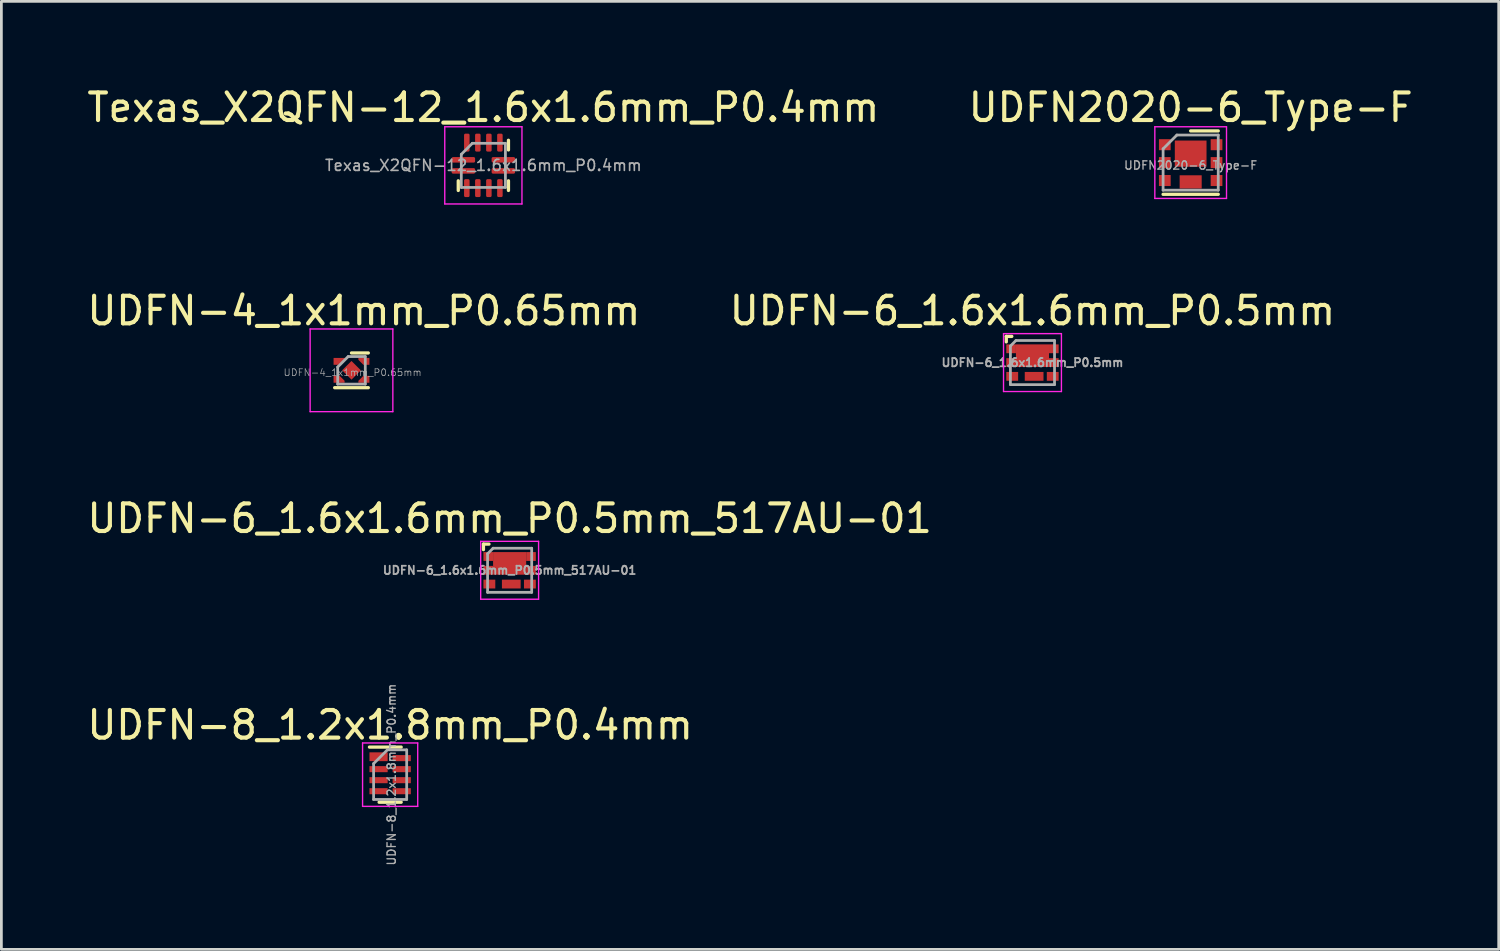
<source format=kicad_pcb>
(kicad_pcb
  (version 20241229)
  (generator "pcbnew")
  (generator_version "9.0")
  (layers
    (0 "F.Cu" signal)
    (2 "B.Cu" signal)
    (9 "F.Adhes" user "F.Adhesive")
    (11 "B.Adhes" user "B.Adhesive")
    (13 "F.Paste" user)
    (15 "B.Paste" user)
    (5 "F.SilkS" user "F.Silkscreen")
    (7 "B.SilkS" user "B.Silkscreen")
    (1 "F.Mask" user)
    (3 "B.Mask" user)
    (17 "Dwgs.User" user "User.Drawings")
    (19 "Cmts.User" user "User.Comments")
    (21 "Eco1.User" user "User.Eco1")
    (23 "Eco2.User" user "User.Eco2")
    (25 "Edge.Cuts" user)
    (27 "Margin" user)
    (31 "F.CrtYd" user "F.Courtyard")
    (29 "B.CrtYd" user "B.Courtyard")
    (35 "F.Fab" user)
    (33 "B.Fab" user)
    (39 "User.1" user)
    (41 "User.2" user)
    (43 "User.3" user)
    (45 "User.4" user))
  (footprint "UDFN-6_1.6x1.6mm_P0.5mm_517AU-01"
    (layer "F.Cu")
    (at 15.435 17.635)
    (property "Reference" "UDFN-6_1.6x1.6mm_P0.5mm_517AU-01" (at 0 -1.88 0) (layer "F.SilkS") (effects (font (size 1 1) (thickness 0.15))))
    (attr smd)
    (fp_line (start -0.95 -0.95) (end -0.75 -0.95) (stroke (width 0.12) (type solid)) (layer "F.SilkS"))
    (fp_line (start -0.95 -0.75) (end -0.95 -0.95) (stroke (width 0.12) (type solid)) (layer "F.SilkS"))
    (fp_line (start -1.05 -1.05) (end -1.05 1.05) (stroke (width 0.05) (type solid)) (layer "F.CrtYd"))
    (fp_line (start -1.05 1.05) (end 1.05 1.05) (stroke (width 0.05) (type solid)) (layer "F.CrtYd"))
    (fp_line (start 1.05 -1.05) (end -1.05 -1.05) (stroke (width 0.05) (type solid)) (layer "F.CrtYd"))
    (fp_line (start 1.05 1.05) (end 1.05 -1.05) (stroke (width 0.05) (type solid)) (layer "F.CrtYd"))
    (fp_line (start -0.8 -0.6) (end -0.6 -0.8) (stroke (width 0.1) (type solid)) (layer "F.Fab"))
    (fp_line (start -0.8 0.8) (end -0.8 -0.6) (stroke (width 0.1) (type solid)) (layer "F.Fab"))
    (fp_line (start -0.6 -0.8) (end 0.8 -0.8) (stroke (width 0.1) (type solid)) (layer "F.Fab"))
    (fp_line (start 0.8 -0.8) (end 0.8 0.8) (stroke (width 0.1) (type solid)) (layer "F.Fab"))
    (fp_line (start 0.8 0.8) (end -0.8 0.8) (stroke (width 0.1) (type solid)) (layer "F.Fab"))
    (fp_text user "${REFERENCE}" (at 0 0 0) (layer "F.Fab") (effects (font (size 0.3 0.3) (thickness 0.065))))
    (pad "1" smd rect (at -0.775 -0.5) (size 0.35 0.32) (layers "F.Cu" "F.Mask" "F.Paste"))
    (pad "1" smd rect (at -0.775 0) (size 0.35 0.32) (layers "F.Cu" "F.Mask" "F.Paste"))
    (pad "1" smd rect (at 0 -0.25) (size 1.2 0.82) (layers "F.Cu" "F.Mask" "F.Paste"))
    (pad "1" smd rect (at 0.775 -0.5) (size 0.35 0.32) (layers "F.Cu" "F.Mask" "F.Paste"))
    (pad "1" smd rect (at 0.775 0) (size 0.35 0.32) (layers "F.Cu" "F.Mask" "F.Paste"))
    (pad "2" smd rect (at -0.735 0.5) (size 0.43 0.32) (layers "F.Cu" "F.Mask" "F.Paste"))
    (pad "3" smd rect (at 0.06 0.5) (size 0.68 0.32) (layers "F.Cu" "F.Mask" "F.Paste"))
    (pad "3" smd rect (at 0.735 0.5) (size 0.43 0.32) (layers "F.Cu" "F.Mask" "F.Paste")))
  (footprint "Texas_X2QFN-12_1.6x1.6mm_P0.4mm"
    (layer "F.Cu")
    (at 14.482 2.948)
    (property "Reference" "Texas_X2QFN-12_1.6x1.6mm_P0.4mm" (at 0 -2.1 0) (layer "F.SilkS") (effects (font (size 1 1) (thickness 0.15))))
    (attr smd)
    (fp_line (start -0.91 0.91) (end -0.91 0.56) (stroke (width 0.12) (type solid)) (layer "F.SilkS"))
    (fp_line (start 0.91 -0.91) (end 0.91 -0.56) (stroke (width 0.12) (type solid)) (layer "F.SilkS"))
    (fp_line (start 0.91 0.91) (end 0.91 0.56) (stroke (width 0.12) (type solid)) (layer "F.SilkS"))
    (fp_line (start -1.4 -1.4) (end -1.4 1.4) (stroke (width 0.05) (type solid)) (layer "F.CrtYd"))
    (fp_line (start -1.4 1.4) (end 1.4 1.4) (stroke (width 0.05) (type solid)) (layer "F.CrtYd"))
    (fp_line (start 1.4 -1.4) (end -1.4 -1.4) (stroke (width 0.05) (type solid)) (layer "F.CrtYd"))
    (fp_line (start 1.4 1.4) (end 1.4 -1.4) (stroke (width 0.05) (type solid)) (layer "F.CrtYd"))
    (fp_line (start -0.8 -0.4) (end -0.4 -0.8) (stroke (width 0.1) (type solid)) (layer "F.Fab"))
    (fp_line (start -0.8 0.8) (end -0.8 -0.4) (stroke (width 0.1) (type solid)) (layer "F.Fab"))
    (fp_line (start -0.4 -0.8) (end 0.8 -0.8) (stroke (width 0.1) (type solid)) (layer "F.Fab"))
    (fp_line (start 0.8 -0.8) (end 0.8 0.8) (stroke (width 0.1) (type solid)) (layer "F.Fab"))
    (fp_line (start 0.8 0.8) (end -0.8 0.8) (stroke (width 0.1) (type solid)) (layer "F.Fab"))
    (fp_text user "${REFERENCE}" (at 0 0 0) (layer "F.Fab") (effects (font (size 0.4 0.4) (thickness 0.06))))
    (pad "1" smd roundrect (at -0.725 -0.2) (size 0.85 0.2) (layers "F.Cu" "F.Mask" "F.Paste") (roundrect_rratio 0.25))
    (pad "2" smd roundrect (at -0.725 0.2) (size 0.85 0.2) (layers "F.Cu" "F.Mask" "F.Paste") (roundrect_rratio 0.25))
    (pad "3" smd roundrect (at -0.6 0.825) (size 0.2 0.65) (layers "F.Cu" "F.Mask" "F.Paste") (roundrect_rratio 0.25))
    (pad "4" smd roundrect (at -0.2 0.825) (size 0.2 0.65) (layers "F.Cu" "F.Mask" "F.Paste") (roundrect_rratio 0.25))
    (pad "5" smd roundrect (at 0.2 0.825) (size 0.2 0.65) (layers "F.Cu" "F.Mask" "F.Paste") (roundrect_rratio 0.25))
    (pad "6" smd roundrect (at 0.6 0.825) (size 0.2 0.65) (layers "F.Cu" "F.Mask" "F.Paste") (roundrect_rratio 0.25))
    (pad "7" smd roundrect (at 0.725 0.2) (size 0.85 0.2) (layers "F.Cu" "F.Mask" "F.Paste") (roundrect_rratio 0.25))
    (pad "8" smd roundrect (at 0.725 -0.2) (size 0.85 0.2) (layers "F.Cu" "F.Mask" "F.Paste") (roundrect_rratio 0.25))
    (pad "9" smd roundrect (at 0.6 -0.825) (size 0.2 0.65) (layers "F.Cu" "F.Mask" "F.Paste") (roundrect_rratio 0.25))
    (pad "10" smd roundrect (at 0.2 -0.825) (size 0.2 0.65) (layers "F.Cu" "F.Mask" "F.Paste") (roundrect_rratio 0.25))
    (pad "11" smd roundrect (at -0.2 -0.825) (size 0.2 0.65) (layers "F.Cu" "F.Mask" "F.Paste") (roundrect_rratio 0.25))
    (pad "12" smd roundrect (at -0.6 -0.825) (size 0.2 0.65) (layers "F.Cu" "F.Mask" "F.Paste") (roundrect_rratio 0.25)))
  (footprint "UDFN-4_1x1mm_P0.65mm"
    (layer "F.Cu")
    (at 9.699 10.382)
    (property "Reference" "UDFN-4_1x1mm_P0.65mm" (at 0.45 -2.16 0) (layer "F.SilkS") (effects (font (size 1 1) (thickness 0.15))))
    (attr smd)
    (fp_line (start 0.61 -0.63) (end 0 -0.63) (stroke (width 0.12) (type solid)) (layer "F.SilkS"))
    (fp_line (start 0.61 0.63) (end -0.61 0.63) (stroke (width 0.12) (type solid)) (layer "F.SilkS"))
    (fp_line (start -1.5 -1.5) (end 1.5 -1.5) (stroke (width 0.05) (type solid)) (layer "F.CrtYd"))
    (fp_line (start -1.5 1.5) (end -1.5 -1.5) (stroke (width 0.05) (type solid)) (layer "F.CrtYd"))
    (fp_line (start 1.5 -1.5) (end 1.5 1.5) (stroke (width 0.05) (type solid)) (layer "F.CrtYd"))
    (fp_line (start 1.5 1.5) (end -1.5 1.5) (stroke (width 0.05) (type solid)) (layer "F.CrtYd"))
    (fp_line (start -0.5 0.5) (end -0.5 -0.12) (stroke (width 0.1) (type solid)) (layer "F.Fab"))
    (fp_line (start -0.12 -0.5) (end -0.5 -0.12) (stroke (width 0.1) (type solid)) (layer "F.Fab"))
    (fp_line (start -0.12 -0.5) (end 0.5 -0.5) (stroke (width 0.1) (type solid)) (layer "F.Fab"))
    (fp_line (start 0.5 -0.5) (end 0.5 0.5) (stroke (width 0.1) (type solid)) (layer "F.Fab"))
    (fp_line (start 0.5 0.5) (end -0.5 0.5) (stroke (width 0.1) (type solid)) (layer "F.Fab"))
    (fp_text user "${REFERENCE}" (at 0.04 0.08 0) (layer "F.Fab") (effects (font (size 0.25 0.25) (thickness 0.025))))
    (pad "1" smd custom (at -0.54 -0.325) (size 0.22 0.25) (layers "F.Cu" "F.Mask" "F.Paste") (options (anchor rect)) (primitives (gr_poly (pts (xy 0.11 -0.125) (xy 0.36 -0.125) (xy 0.11 0.125)) (width 0) (fill yes))))
    (pad "2" smd custom (at -0.54 0.325) (size 0.22 0.25) (layers "F.Cu" "F.Mask" "F.Paste") (options (anchor rect)) (primitives (gr_poly (pts (xy 0.11 0.125) (xy 0.29 0.125) (xy 0.29 0.055) (xy 0.11 -0.125)) (width 0) (fill yes))))
    (pad "3" smd custom (at 0.54 0.325) (size 0.22 0.25) (layers "F.Cu" "F.Mask" "F.Paste") (options (anchor rect)) (primitives (gr_poly (pts (xy -0.11 0.125) (xy -0.29 0.125) (xy -0.29 0.055) (xy -0.11 -0.125)) (width 0) (fill yes))))
    (pad "4" smd custom (at 0.54 -0.325) (size 0.22 0.25) (layers "F.Cu" "F.Mask" "F.Paste") (options (anchor rect)) (primitives (gr_poly (pts (xy -0.11 -0.125) (xy -0.29 -0.125) (xy -0.29 -0.055) (xy -0.11 0.125)) (width 0) (fill yes))))
    (pad "5" smd rect (at 0 0 45) (size 0.48 0.48) (layers "F.Cu" "F.Mask" "F.Paste")))
  (footprint "UDFN2020-6_Type-F"
    (layer "F.Cu")
    (at 40.137 2.848)
    (property "Reference" "UDFN2020-6_Type-F" (at 0 -2 0) (layer "F.SilkS") (effects (font (size 1 1) (thickness 0.15))))
    (attr smd)
    (fp_line (start 1 -1.15) (end 0 -1.15) (stroke (width 0.12) (type solid)) (layer "F.SilkS"))
    (fp_line (start 1 1.15) (end -1 1.15) (stroke (width 0.12) (type solid)) (layer "F.SilkS"))
    (fp_line (start -1.3 -1.3) (end -1.3 1.3) (stroke (width 0.05) (type solid)) (layer "F.CrtYd"))
    (fp_line (start -1.3 1.3) (end 1.3 1.3) (stroke (width 0.05) (type solid)) (layer "F.CrtYd"))
    (fp_line (start 1.3 -1.3) (end -1.3 -1.3) (stroke (width 0.05) (type solid)) (layer "F.CrtYd"))
    (fp_line (start 1.3 1.3) (end 1.3 -1.3) (stroke (width 0.05) (type solid)) (layer "F.CrtYd"))
    (fp_line (start -1 1) (end -1 -0.5) (stroke (width 0.1) (type solid)) (layer "F.Fab"))
    (fp_line (start -0.5 -1) (end -1 -0.5) (stroke (width 0.1) (type solid)) (layer "F.Fab"))
    (fp_line (start -0.5 -1) (end 1 -1) (stroke (width 0.1) (type solid)) (layer "F.Fab"))
    (fp_line (start 1 -1) (end 1 1) (stroke (width 0.1) (type solid)) (layer "F.Fab"))
    (fp_line (start 1 1) (end -1 1) (stroke (width 0.1) (type solid)) (layer "F.Fab"))
    (fp_text user "${REFERENCE}" (at 0 0.1 0) (layer "F.Fab") (effects (font (size 0.3 0.3) (thickness 0.05))))
    (pad "1" smd rect (at -0.938 -0.65) (size 0.425 0.4) (layers "F.Cu" "F.Mask" "F.Paste"))
    (pad "2" smd rect (at -0.938 0) (size 0.425 0.4) (layers "F.Cu" "F.Mask" "F.Paste"))
    (pad "3" smd rect (at -0.938 0.65) (size 0.425 0.4) (layers "F.Cu" "F.Mask" "F.Paste"))
    (pad "4" smd rect (at 0.938 0.65) (size 0.425 0.4) (layers "F.Cu" "F.Mask" "F.Paste"))
    (pad "5" smd rect (at 0.938 0) (size 0.425 0.4) (layers "F.Cu" "F.Mask" "F.Paste"))
    (pad "6" smd rect (at 0.938 -0.65) (size 0.425 0.4) (layers "F.Cu" "F.Mask" "F.Paste"))
    (pad "7" smd rect (at 0 -0.325) (size 1.15 0.95) (layers "F.Cu" "F.Mask" "F.Paste"))
    (pad "8" smd rect (at 0 0.7) (size 0.8 0.48) (layers "F.Cu" "F.Mask" "F.Paste")))
  (footprint "UDFN-8_1.2x1.8mm_P0.4mm"
    (layer "F.Cu")
    (at 11.101 25.048)
    (property "Reference" "UDFN-8_1.2x1.8mm_P0.4mm" (at 0 -1.8 0) (layer "F.SilkS") (effects (font (size 1 1) (thickness 0.15))))
    (attr smd)
    (fp_line (start 0.4 -1) (end -0.75 -1) (stroke (width 0.12) (type solid)) (layer "F.SilkS"))
    (fp_line (start 0.4 1) (end -0.4 1) (stroke (width 0.12) (type solid)) (layer "F.SilkS"))
    (fp_line (start -1 -1.15) (end 1 -1.15) (stroke (width 0.05) (type solid)) (layer "F.CrtYd"))
    (fp_line (start -1 1.15) (end -1 -1.15) (stroke (width 0.05) (type solid)) (layer "F.CrtYd"))
    (fp_line (start 1 -1.15) (end 1 1.15) (stroke (width 0.05) (type solid)) (layer "F.CrtYd"))
    (fp_line (start 1 1.15) (end -1 1.15) (stroke (width 0.05) (type solid)) (layer "F.CrtYd"))
    (fp_line (start -0.6 -0.4) (end -0.1 -0.9) (stroke (width 0.1) (type solid)) (layer "F.Fab"))
    (fp_line (start -0.6 0.9) (end -0.6 -0.4) (stroke (width 0.1) (type solid)) (layer "F.Fab"))
    (fp_line (start -0.1 -0.9) (end 0.6 -0.9) (stroke (width 0.1) (type solid)) (layer "F.Fab"))
    (fp_line (start 0.6 -0.9) (end 0.6 0.9) (stroke (width 0.1) (type solid)) (layer "F.Fab"))
    (fp_line (start 0.6 0.9) (end -0.6 0.9) (stroke (width 0.1) (type solid)) (layer "F.Fab"))
    (fp_text user "${REFERENCE}" (at 0.05 0 90) (layer "F.Fab") (effects (font (size 0.3 0.3) (thickness 0.05))))
    (pad "1" smd rect (at -0.42 -0.65) (size 0.66 0.32) (layers "F.Cu" "F.Mask" "F.Paste"))
    (pad "2" smd rect (at -0.42 -0.2) (size 0.66 0.22) (layers "F.Cu" "F.Mask" "F.Paste"))
    (pad "3" smd rect (at -0.42 0.2) (size 0.66 0.22) (layers "F.Cu" "F.Mask" "F.Paste"))
    (pad "4" smd rect (at -0.42 0.6) (size 0.66 0.22) (layers "F.Cu" "F.Mask" "F.Paste"))
    (pad "5" smd rect (at 0.42 0.6) (size 0.66 0.22) (layers "F.Cu" "F.Mask" "F.Paste"))
    (pad "6" smd rect (at 0.42 0.2) (size 0.66 0.22) (layers "F.Cu" "F.Mask" "F.Paste"))
    (pad "7" smd rect (at 0.42 -0.2) (size 0.66 0.22) (layers "F.Cu" "F.Mask" "F.Paste"))
    (pad "8" smd rect (at 0.42 -0.6) (size 0.66 0.22) (layers "F.Cu" "F.Mask" "F.Paste")))
  (footprint "UDFN-6_1.6x1.6mm_P0.5mm"
    (layer "F.Cu")
    (at 34.399 10.101)
    (property "Reference" "UDFN-6_1.6x1.6mm_P0.5mm" (at 0 -1.88 0) (layer "F.SilkS") (effects (font (size 1 1) (thickness 0.15))))
    (attr smd)
    (fp_line (start -0.95 -0.95) (end -0.75 -0.95) (stroke (width 0.12) (type solid)) (layer "F.SilkS"))
    (fp_line (start -0.95 -0.75) (end -0.95 -0.95) (stroke (width 0.12) (type solid)) (layer "F.SilkS"))
    (fp_line (start -1.05 -1.05) (end -1.05 1.05) (stroke (width 0.05) (type solid)) (layer "F.CrtYd"))
    (fp_line (start -1.05 1.05) (end 1.05 1.05) (stroke (width 0.05) (type solid)) (layer "F.CrtYd"))
    (fp_line (start 1.05 -1.05) (end -1.05 -1.05) (stroke (width 0.05) (type solid)) (layer "F.CrtYd"))
    (fp_line (start 1.05 1.05) (end 1.05 -1.05) (stroke (width 0.05) (type solid)) (layer "F.CrtYd"))
    (fp_line (start -0.8 -0.6) (end -0.6 -0.8) (stroke (width 0.1) (type solid)) (layer "F.Fab"))
    (fp_line (start -0.8 0.8) (end -0.8 -0.6) (stroke (width 0.1) (type solid)) (layer "F.Fab"))
    (fp_line (start -0.6 -0.8) (end 0.8 -0.8) (stroke (width 0.1) (type solid)) (layer "F.Fab"))
    (fp_line (start 0.8 -0.8) (end 0.8 0.8) (stroke (width 0.1) (type solid)) (layer "F.Fab"))
    (fp_line (start 0.8 0.8) (end -0.8 0.8) (stroke (width 0.1) (type solid)) (layer "F.Fab"))
    (fp_text user "${REFERENCE}" (at 0 0 0) (layer "F.Fab") (effects (font (size 0.3 0.3) (thickness 0.065))))
    (pad "1" smd rect (at -0.775 -0.5) (size 0.35 0.32) (layers "F.Cu" "F.Mask" "F.Paste"))
    (pad "1" smd rect (at -0.775 0) (size 0.35 0.32) (layers "F.Cu" "F.Mask" "F.Paste"))
    (pad "1" smd rect (at 0 -0.25) (size 1.2 0.82) (layers "F.Cu" "F.Mask" "F.Paste"))
    (pad "1" smd rect (at 0.775 -0.5) (size 0.35 0.32) (layers "F.Cu" "F.Mask" "F.Paste"))
    (pad "1" smd rect (at 0.775 0) (size 0.35 0.32) (layers "F.Cu" "F.Mask" "F.Paste"))
    (pad "2" smd rect (at -0.735 0.5) (size 0.43 0.32) (layers "F.Cu" "F.Mask" "F.Paste"))
    (pad "3" smd rect (at 0.06 0.5) (size 0.68 0.32) (layers "F.Cu" "F.Mask" "F.Paste"))
    (pad "3" smd rect (at 0.735 0.5) (size 0.43 0.32) (layers "F.Cu" "F.Mask" "F.Paste")))
  (gr_rect
    (start -3 -3)
    (end 51.31 31.385)
    (stroke (width 0.1) (type default))
    (fill no)
    (layer "Edge.Cuts")))
</source>
